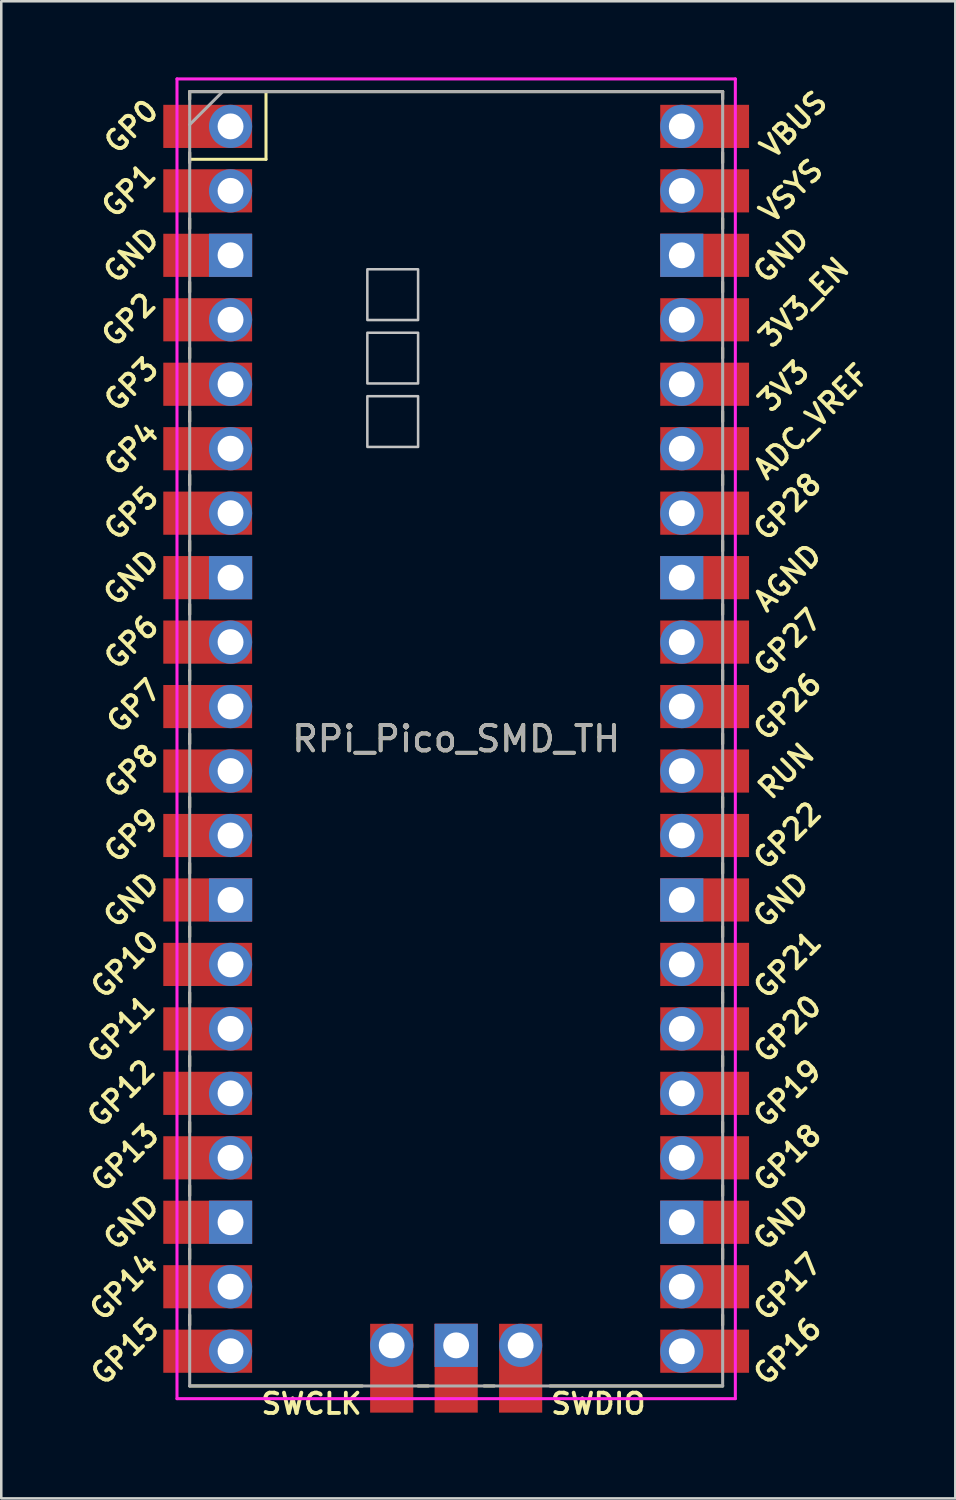
<source format=kicad_pcb>
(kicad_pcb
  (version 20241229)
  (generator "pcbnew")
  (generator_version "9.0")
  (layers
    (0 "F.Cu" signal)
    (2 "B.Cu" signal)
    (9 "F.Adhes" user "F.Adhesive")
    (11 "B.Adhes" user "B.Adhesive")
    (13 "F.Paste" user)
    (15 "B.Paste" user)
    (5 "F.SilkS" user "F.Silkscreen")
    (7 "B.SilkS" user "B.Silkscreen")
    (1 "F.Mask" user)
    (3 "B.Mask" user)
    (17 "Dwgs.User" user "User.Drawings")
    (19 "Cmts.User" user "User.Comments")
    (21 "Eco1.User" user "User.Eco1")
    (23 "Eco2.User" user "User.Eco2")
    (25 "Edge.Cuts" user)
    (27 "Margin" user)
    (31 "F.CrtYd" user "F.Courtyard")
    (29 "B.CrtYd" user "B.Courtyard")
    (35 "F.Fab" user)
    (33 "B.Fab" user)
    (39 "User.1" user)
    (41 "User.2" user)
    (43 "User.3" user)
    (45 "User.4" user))
  (footprint "RPi_Pico_SMD_TH"
    (layer "F.Cu")
    (at 14.924 26.06)
    (property "Reference" "RPi_Pico_SMD_TH" (at 0 0 180) (layer "F.SilkS") (effects (font (size 1 1) (thickness 0.15))))
    (attr through_hole)
    (fp_line (start -10.5 -25.5) (end -10.5 -25.2) (stroke (width 0.12) (type solid)) (layer "F.SilkS"))
    (fp_line (start -10.5 -25.5) (end 10.5 -25.5) (stroke (width 0.12) (type solid)) (layer "F.SilkS"))
    (fp_line (start -10.5 -23.1) (end -10.5 -22.7) (stroke (width 0.12) (type solid)) (layer "F.SilkS"))
    (fp_line (start -10.5 -22.833) (end -7.493 -22.833) (stroke (width 0.12) (type solid)) (layer "F.SilkS"))
    (fp_line (start -10.5 -20.5) (end -10.5 -20.1) (stroke (width 0.12) (type solid)) (layer "F.SilkS"))
    (fp_line (start -10.5 -18) (end -10.5 -17.6) (stroke (width 0.12) (type solid)) (layer "F.SilkS"))
    (fp_line (start -10.5 -15.4) (end -10.5 -15) (stroke (width 0.12) (type solid)) (layer "F.SilkS"))
    (fp_line (start -10.5 -12.9) (end -10.5 -12.5) (stroke (width 0.12) (type solid)) (layer "F.SilkS"))
    (fp_line (start -10.5 -10.4) (end -10.5 -10) (stroke (width 0.12) (type solid)) (layer "F.SilkS"))
    (fp_line (start -10.5 -7.8) (end -10.5 -7.4) (stroke (width 0.12) (type solid)) (layer "F.SilkS"))
    (fp_line (start -10.5 -5.3) (end -10.5 -4.9) (stroke (width 0.12) (type solid)) (layer "F.SilkS"))
    (fp_line (start -10.5 -2.7) (end -10.5 -2.3) (stroke (width 0.12) (type solid)) (layer "F.SilkS"))
    (fp_line (start -10.5 -0.2) (end -10.5 0.2) (stroke (width 0.12) (type solid)) (layer "F.SilkS"))
    (fp_line (start -10.5 2.3) (end -10.5 2.7) (stroke (width 0.12) (type solid)) (layer "F.SilkS"))
    (fp_line (start -10.5 4.9) (end -10.5 5.3) (stroke (width 0.12) (type solid)) (layer "F.SilkS"))
    (fp_line (start -10.5 7.4) (end -10.5 7.8) (stroke (width 0.12) (type solid)) (layer "F.SilkS"))
    (fp_line (start -10.5 10) (end -10.5 10.4) (stroke (width 0.12) (type solid)) (layer "F.SilkS"))
    (fp_line (start -10.5 12.5) (end -10.5 12.9) (stroke (width 0.12) (type solid)) (layer "F.SilkS"))
    (fp_line (start -10.5 15.1) (end -10.5 15.5) (stroke (width 0.12) (type solid)) (layer "F.SilkS"))
    (fp_line (start -10.5 17.6) (end -10.5 18) (stroke (width 0.12) (type solid)) (layer "F.SilkS"))
    (fp_line (start -10.5 20.1) (end -10.5 20.5) (stroke (width 0.12) (type solid)) (layer "F.SilkS"))
    (fp_line (start -10.5 22.7) (end -10.5 23.1) (stroke (width 0.12) (type solid)) (layer "F.SilkS"))
    (fp_line (start -7.493 -22.833) (end -7.493 -25.5) (stroke (width 0.12) (type solid)) (layer "F.SilkS"))
    (fp_line (start -3.7 25.5) (end -10.5 25.5) (stroke (width 0.12) (type solid)) (layer "F.SilkS"))
    (fp_line (start -1.5 25.5) (end -1.1 25.5) (stroke (width 0.12) (type solid)) (layer "F.SilkS"))
    (fp_line (start 1.1 25.5) (end 1.5 25.5) (stroke (width 0.12) (type solid)) (layer "F.SilkS"))
    (fp_line (start 10.5 -25.5) (end 10.5 -25.2) (stroke (width 0.12) (type solid)) (layer "F.SilkS"))
    (fp_line (start 10.5 -23.1) (end 10.5 -22.7) (stroke (width 0.12) (type solid)) (layer "F.SilkS"))
    (fp_line (start 10.5 -20.5) (end 10.5 -20.1) (stroke (width 0.12) (type solid)) (layer "F.SilkS"))
    (fp_line (start 10.5 -18) (end 10.5 -17.6) (stroke (width 0.12) (type solid)) (layer "F.SilkS"))
    (fp_line (start 10.5 -15.4) (end 10.5 -15) (stroke (width 0.12) (type solid)) (layer "F.SilkS"))
    (fp_line (start 10.5 -12.9) (end 10.5 -12.5) (stroke (width 0.12) (type solid)) (layer "F.SilkS"))
    (fp_line (start 10.5 -10.4) (end 10.5 -10) (stroke (width 0.12) (type solid)) (layer "F.SilkS"))
    (fp_line (start 10.5 -7.8) (end 10.5 -7.4) (stroke (width 0.12) (type solid)) (layer "F.SilkS"))
    (fp_line (start 10.5 -5.3) (end 10.5 -4.9) (stroke (width 0.12) (type solid)) (layer "F.SilkS"))
    (fp_line (start 10.5 -2.7) (end 10.5 -2.3) (stroke (width 0.12) (type solid)) (layer "F.SilkS"))
    (fp_line (start 10.5 -0.2) (end 10.5 0.2) (stroke (width 0.12) (type solid)) (layer "F.SilkS"))
    (fp_line (start 10.5 2.3) (end 10.5 2.7) (stroke (width 0.12) (type solid)) (layer "F.SilkS"))
    (fp_line (start 10.5 4.9) (end 10.5 5.3) (stroke (width 0.12) (type solid)) (layer "F.SilkS"))
    (fp_line (start 10.5 7.4) (end 10.5 7.8) (stroke (width 0.12) (type solid)) (layer "F.SilkS"))
    (fp_line (start 10.5 10) (end 10.5 10.4) (stroke (width 0.12) (type solid)) (layer "F.SilkS"))
    (fp_line (start 10.5 12.5) (end 10.5 12.9) (stroke (width 0.12) (type solid)) (layer "F.SilkS"))
    (fp_line (start 10.5 15.1) (end 10.5 15.5) (stroke (width 0.12) (type solid)) (layer "F.SilkS"))
    (fp_line (start 10.5 17.6) (end 10.5 18) (stroke (width 0.12) (type solid)) (layer "F.SilkS"))
    (fp_line (start 10.5 20.1) (end 10.5 20.5) (stroke (width 0.12) (type solid)) (layer "F.SilkS"))
    (fp_line (start 10.5 22.7) (end 10.5 23.1) (stroke (width 0.12) (type solid)) (layer "F.SilkS"))
    (fp_line (start 10.5 25.5) (end 3.7 25.5) (stroke (width 0.12) (type solid)) (layer "F.SilkS"))
    (fp_poly (pts (xy -1.5 -16.5) (xy -3.5 -16.5) (xy -3.5 -18.5) (xy -1.5 -18.5)) (stroke (width 0.1) (type solid)) (fill no) (layer "Dwgs.User"))
    (fp_poly (pts (xy -1.5 -14) (xy -3.5 -14) (xy -3.5 -16) (xy -1.5 -16)) (stroke (width 0.1) (type solid)) (fill no) (layer "Dwgs.User"))
    (fp_poly (pts (xy -1.5 -11.5) (xy -3.5 -11.5) (xy -3.5 -13.5) (xy -1.5 -13.5)) (stroke (width 0.1) (type solid)) (fill no) (layer "Dwgs.User"))
    (fp_line (start -11 -26) (end 11 -26) (stroke (width 0.12) (type solid)) (layer "F.CrtYd"))
    (fp_line (start -11 26) (end -11 -26) (stroke (width 0.12) (type solid)) (layer "F.CrtYd"))
    (fp_line (start 11 -26) (end 11 26) (stroke (width 0.12) (type solid)) (layer "F.CrtYd"))
    (fp_line (start 11 26) (end -11 26) (stroke (width 0.12) (type solid)) (layer "F.CrtYd"))
    (fp_line (start -10.5 -25.5) (end 10.5 -25.5) (stroke (width 0.12) (type solid)) (layer "F.Fab"))
    (fp_line (start -10.5 -24.2) (end -9.2 -25.5) (stroke (width 0.12) (type solid)) (layer "F.Fab"))
    (fp_line (start -10.5 25.5) (end -10.5 -25.5) (stroke (width 0.12) (type solid)) (layer "F.Fab"))
    (fp_line (start 10.5 -25.5) (end 10.5 25.5) (stroke (width 0.12) (type solid)) (layer "F.Fab"))
    (fp_line (start 10.5 25.5) (end -10.5 25.5) (stroke (width 0.12) (type solid)) (layer "F.Fab"))
    (fp_text user "GP28" (at 13.054 -9.144 45) (layer "F.SilkS") (effects (font (size 0.8 0.8) (thickness 0.15))))
    (fp_text user "GP7" (at -12.7 -1.3 45) (layer "F.SilkS") (effects (font (size 0.8 0.8) (thickness 0.15))))
    (fp_text user "GP20" (at 13.054 11.43 45) (layer "F.SilkS") (effects (font (size 0.8 0.8) (thickness 0.15))))
    (fp_text user "GP16" (at 13.054 24.13 45) (layer "F.SilkS") (effects (font (size 0.8 0.8) (thickness 0.15))))
    (fp_text user "GP27" (at 13.054 -3.8 45) (layer "F.SilkS") (effects (font (size 0.8 0.8) (thickness 0.15))))
    (fp_text user "AGND" (at 13.054 -6.35 45) (layer "F.SilkS") (effects (font (size 0.8 0.8) (thickness 0.15))))
    (fp_text user "GND" (at 12.8 19.05 45) (layer "F.SilkS") (effects (font (size 0.8 0.8) (thickness 0.15))))
    (fp_text user "VBUS" (at 13.3 -24.2 45) (layer "F.SilkS") (effects (font (size 0.8 0.8) (thickness 0.15))))
    (fp_text user "GP18" (at 13.054 16.51 45) (layer "F.SilkS") (effects (font (size 0.8 0.8) (thickness 0.15))))
    (fp_text user "GND" (at -12.8 6.35 45) (layer "F.SilkS") (effects (font (size 0.8 0.8) (thickness 0.15))))
    (fp_text user "GND" (at 12.8 6.35 45) (layer "F.SilkS") (effects (font (size 0.8 0.8) (thickness 0.15))))
    (fp_text user "GP11" (at -13.2 11.43 45) (layer "F.SilkS") (effects (font (size 0.8 0.8) (thickness 0.15))))
    (fp_text user "GP0" (at -12.8 -24.13 45) (layer "F.SilkS") (effects (font (size 0.8 0.8) (thickness 0.15))))
    (fp_text user "GND" (at -12.8 19.05 45) (layer "F.SilkS") (effects (font (size 0.8 0.8) (thickness 0.15))))
    (fp_text user "GP8" (at -12.8 1.27 45) (layer "F.SilkS") (effects (font (size 0.8 0.8) (thickness 0.15))))
    (fp_text user "GND" (at 12.8 -19.05 45) (layer "F.SilkS") (effects (font (size 0.8 0.8) (thickness 0.15))))
    (fp_text user "GP17" (at 13.054 21.59 45) (layer "F.SilkS") (effects (font (size 0.8 0.8) (thickness 0.15))))
    (fp_text user "GP13" (at -13.054 16.51 45) (layer "F.SilkS") (effects (font (size 0.8 0.8) (thickness 0.15))))
    (fp_text user "SWDIO" (at 5.6 26.2 180) (layer "F.SilkS") (effects (font (size 0.8 0.8) (thickness 0.15))))
    (fp_text user "GP4" (at -12.8 -11.43 45) (layer "F.SilkS") (effects (font (size 0.8 0.8) (thickness 0.15))))
    (fp_text user "GP3" (at -12.8 -13.97 45) (layer "F.SilkS") (effects (font (size 0.8 0.8) (thickness 0.15))))
    (fp_text user "GP19" (at 13.054 13.97 45) (layer "F.SilkS") (effects (font (size 0.8 0.8) (thickness 0.15))))
    (fp_text user "GP6" (at -12.8 -3.81 45) (layer "F.SilkS") (effects (font (size 0.8 0.8) (thickness 0.15))))
    (fp_text user "GP21" (at 13.054 8.9 45) (layer "F.SilkS") (effects (font (size 0.8 0.8) (thickness 0.15))))
    (fp_text user "GP5" (at -12.8 -8.89 45) (layer "F.SilkS") (effects (font (size 0.8 0.8) (thickness 0.15))))
    (fp_text user "GP22" (at 13.054 3.81 45) (layer "F.SilkS") (effects (font (size 0.8 0.8) (thickness 0.15))))
    (fp_text user "GND" (at -12.8 -6.35 45) (layer "F.SilkS") (effects (font (size 0.8 0.8) (thickness 0.15))))
    (fp_text user "GP1" (at -12.9 -21.6 45) (layer "F.SilkS") (effects (font (size 0.8 0.8) (thickness 0.15))))
    (fp_text user "GP14" (at -13.1 21.59 45) (layer "F.SilkS") (effects (font (size 0.8 0.8) (thickness 0.15))))
    (fp_text user "VSYS" (at 13.2 -21.59 45) (layer "F.SilkS") (effects (font (size 0.8 0.8) (thickness 0.15))))
    (fp_text user "GP26" (at 13.054 -1.27 45) (layer "F.SilkS") (effects (font (size 0.8 0.8) (thickness 0.15))))
    (fp_text user "GP2" (at -12.9 -16.51 45) (layer "F.SilkS") (effects (font (size 0.8 0.8) (thickness 0.15))))
    (fp_text user "GND" (at -12.8 -19.05 45) (layer "F.SilkS") (effects (font (size 0.8 0.8) (thickness 0.15))))
    (fp_text user "GP12" (at -13.2 13.97 45) (layer "F.SilkS") (effects (font (size 0.8 0.8) (thickness 0.15))))
    (fp_text user "ADC_VREF" (at 14 -12.5 45) (layer "F.SilkS") (effects (font (size 0.8 0.8) (thickness 0.15))))
    (fp_text user "3V3_EN" (at 13.7 -17.2 45) (layer "F.SilkS") (effects (font (size 0.8 0.8) (thickness 0.15))))
    (fp_text user "RUN" (at 13 1.27 45) (layer "F.SilkS") (effects (font (size 0.8 0.8) (thickness 0.15))))
    (fp_text user "3V3" (at 12.9 -13.9 45) (layer "F.SilkS") (effects (font (size 0.8 0.8) (thickness 0.15))))
    (fp_text user "GP15" (at -13.054 24.13 45) (layer "F.SilkS") (effects (font (size 0.8 0.8) (thickness 0.15))))
    (fp_text user "SWCLK" (at -5.7 26.2 180) (layer "F.SilkS") (effects (font (size 0.8 0.8) (thickness 0.15))))
    (fp_text user "GP10" (at -13.054 8.89 45) (layer "F.SilkS") (effects (font (size 0.8 0.8) (thickness 0.15))))
    (fp_text user "GP9" (at -12.8 3.81 45) (layer "F.SilkS") (effects (font (size 0.8 0.8) (thickness 0.15))))
    (fp_text user "${REFERENCE}" (at 0 0 0) (layer "F.Fab") (effects (font (size 1 1) (thickness 0.15))))
    (pad "1" thru_hole oval (at -8.89 -24.13) (size 1.7 1.7) (drill 1.02) (layers "*.Cu" "*.Mask"))
    (pad "1" smd rect (at -8.89 -24.13) (size 3.5 1.7) (drill (offset -0.9 0)) (layers "F.Cu" "F.Mask"))
    (pad "2" thru_hole oval (at -8.89 -21.59) (size 1.7 1.7) (drill 1.02) (layers "*.Cu" "*.Mask"))
    (pad "2" smd rect (at -8.89 -21.59) (size 3.5 1.7) (drill (offset -0.9 0)) (layers "F.Cu" "F.Mask"))
    (pad "3" thru_hole rect (at -8.89 -19.05) (size 1.7 1.7) (drill 1.02) (layers "*.Cu" "*.Mask"))
    (pad "3" smd rect (at -8.89 -19.05) (size 3.5 1.7) (drill (offset -0.9 0)) (layers "F.Cu" "F.Mask"))
    (pad "4" thru_hole oval (at -8.89 -16.51) (size 1.7 1.7) (drill 1.02) (layers "*.Cu" "*.Mask"))
    (pad "4" smd rect (at -8.89 -16.51) (size 3.5 1.7) (drill (offset -0.9 0)) (layers "F.Cu" "F.Mask"))
    (pad "5" thru_hole oval (at -8.89 -13.97) (size 1.7 1.7) (drill 1.02) (layers "*.Cu" "*.Mask"))
    (pad "5" smd rect (at -8.89 -13.97) (size 3.5 1.7) (drill (offset -0.9 0)) (layers "F.Cu" "F.Mask"))
    (pad "6" thru_hole oval (at -8.89 -11.43) (size 1.7 1.7) (drill 1.02) (layers "*.Cu" "*.Mask"))
    (pad "6" smd rect (at -8.89 -11.43) (size 3.5 1.7) (drill (offset -0.9 0)) (layers "F.Cu" "F.Mask"))
    (pad "7" thru_hole oval (at -8.89 -8.89) (size 1.7 1.7) (drill 1.02) (layers "*.Cu" "*.Mask"))
    (pad "7" smd rect (at -8.89 -8.89) (size 3.5 1.7) (drill (offset -0.9 0)) (layers "F.Cu" "F.Mask"))
    (pad "8" thru_hole rect (at -8.89 -6.35) (size 1.7 1.7) (drill 1.02) (layers "*.Cu" "*.Mask"))
    (pad "8" smd rect (at -8.89 -6.35) (size 3.5 1.7) (drill (offset -0.9 0)) (layers "F.Cu" "F.Mask"))
    (pad "9" thru_hole oval (at -8.89 -3.81) (size 1.7 1.7) (drill 1.02) (layers "*.Cu" "*.Mask"))
    (pad "9" smd rect (at -8.89 -3.81) (size 3.5 1.7) (drill (offset -0.9 0)) (layers "F.Cu" "F.Mask"))
    (pad "10" thru_hole oval (at -8.89 -1.27) (size 1.7 1.7) (drill 1.02) (layers "*.Cu" "*.Mask"))
    (pad "10" smd rect (at -8.89 -1.27) (size 3.5 1.7) (drill (offset -0.9 0)) (layers "F.Cu" "F.Mask"))
    (pad "11" thru_hole oval (at -8.89 1.27) (size 1.7 1.7) (drill 1.02) (layers "*.Cu" "*.Mask"))
    (pad "11" smd rect (at -8.89 1.27) (size 3.5 1.7) (drill (offset -0.9 0)) (layers "F.Cu" "F.Mask"))
    (pad "12" thru_hole oval (at -8.89 3.81) (size 1.7 1.7) (drill 1.02) (layers "*.Cu" "*.Mask"))
    (pad "12" smd rect (at -8.89 3.81) (size 3.5 1.7) (drill (offset -0.9 0)) (layers "F.Cu" "F.Mask"))
    (pad "13" thru_hole rect (at -8.89 6.35) (size 1.7 1.7) (drill 1.02) (layers "*.Cu" "*.Mask"))
    (pad "13" smd rect (at -8.89 6.35) (size 3.5 1.7) (drill (offset -0.9 0)) (layers "F.Cu" "F.Mask"))
    (pad "14" thru_hole oval (at -8.89 8.89) (size 1.7 1.7) (drill 1.02) (layers "*.Cu" "*.Mask"))
    (pad "14" smd rect (at -8.89 8.89) (size 3.5 1.7) (drill (offset -0.9 0)) (layers "F.Cu" "F.Mask"))
    (pad "15" thru_hole oval (at -8.89 11.43) (size 1.7 1.7) (drill 1.02) (layers "*.Cu" "*.Mask"))
    (pad "15" smd rect (at -8.89 11.43) (size 3.5 1.7) (drill (offset -0.9 0)) (layers "F.Cu" "F.Mask"))
    (pad "16" thru_hole oval (at -8.89 13.97) (size 1.7 1.7) (drill 1.02) (layers "*.Cu" "*.Mask"))
    (pad "16" smd rect (at -8.89 13.97) (size 3.5 1.7) (drill (offset -0.9 0)) (layers "F.Cu" "F.Mask"))
    (pad "17" thru_hole oval (at -8.89 16.51) (size 1.7 1.7) (drill 1.02) (layers "*.Cu" "*.Mask"))
    (pad "17" smd rect (at -8.89 16.51) (size 3.5 1.7) (drill (offset -0.9 0)) (layers "F.Cu" "F.Mask"))
    (pad "18" thru_hole rect (at -8.89 19.05) (size 1.7 1.7) (drill 1.02) (layers "*.Cu" "*.Mask"))
    (pad "18" smd rect (at -8.89 19.05) (size 3.5 1.7) (drill (offset -0.9 0)) (layers "F.Cu" "F.Mask"))
    (pad "19" thru_hole oval (at -8.89 21.59) (size 1.7 1.7) (drill 1.02) (layers "*.Cu" "*.Mask"))
    (pad "19" smd rect (at -8.89 21.59) (size 3.5 1.7) (drill (offset -0.9 0)) (layers "F.Cu" "F.Mask"))
    (pad "20" thru_hole oval (at -8.89 24.13) (size 1.7 1.7) (drill 1.02) (layers "*.Cu" "*.Mask"))
    (pad "20" smd rect (at -8.89 24.13) (size 3.5 1.7) (drill (offset -0.9 0)) (layers "F.Cu" "F.Mask"))
    (pad "21" thru_hole oval (at 8.89 24.13) (size 1.7 1.7) (drill 1.02) (layers "*.Cu" "*.Mask"))
    (pad "21" smd rect (at 8.89 24.13) (size 3.5 1.7) (drill (offset 0.9 0)) (layers "F.Cu" "F.Mask"))
    (pad "22" thru_hole oval (at 8.89 21.59) (size 1.7 1.7) (drill 1.02) (layers "*.Cu" "*.Mask"))
    (pad "22" smd rect (at 8.89 21.59) (size 3.5 1.7) (drill (offset 0.9 0)) (layers "F.Cu" "F.Mask"))
    (pad "23" thru_hole rect (at 8.89 19.05) (size 1.7 1.7) (drill 1.02) (layers "*.Cu" "*.Mask"))
    (pad "23" smd rect (at 8.89 19.05) (size 3.5 1.7) (drill (offset 0.9 0)) (layers "F.Cu" "F.Mask"))
    (pad "24" thru_hole oval (at 8.89 16.51) (size 1.7 1.7) (drill 1.02) (layers "*.Cu" "*.Mask"))
    (pad "24" smd rect (at 8.89 16.51) (size 3.5 1.7) (drill (offset 0.9 0)) (layers "F.Cu" "F.Mask"))
    (pad "25" thru_hole oval (at 8.89 13.97) (size 1.7 1.7) (drill 1.02) (layers "*.Cu" "*.Mask"))
    (pad "25" smd rect (at 8.89 13.97) (size 3.5 1.7) (drill (offset 0.9 0)) (layers "F.Cu" "F.Mask"))
    (pad "26" thru_hole oval (at 8.89 11.43) (size 1.7 1.7) (drill 1.02) (layers "*.Cu" "*.Mask"))
    (pad "26" smd rect (at 8.89 11.43) (size 3.5 1.7) (drill (offset 0.9 0)) (layers "F.Cu" "F.Mask"))
    (pad "27" thru_hole oval (at 8.89 8.89) (size 1.7 1.7) (drill 1.02) (layers "*.Cu" "*.Mask"))
    (pad "27" smd rect (at 8.89 8.89) (size 3.5 1.7) (drill (offset 0.9 0)) (layers "F.Cu" "F.Mask"))
    (pad "28" thru_hole rect (at 8.89 6.35) (size 1.7 1.7) (drill 1.02) (layers "*.Cu" "*.Mask"))
    (pad "28" smd rect (at 8.89 6.35) (size 3.5 1.7) (drill (offset 0.9 0)) (layers "F.Cu" "F.Mask"))
    (pad "29" thru_hole oval (at 8.89 3.81) (size 1.7 1.7) (drill 1.02) (layers "*.Cu" "*.Mask"))
    (pad "29" smd rect (at 8.89 3.81) (size 3.5 1.7) (drill (offset 0.9 0)) (layers "F.Cu" "F.Mask"))
    (pad "30" thru_hole oval (at 8.89 1.27) (size 1.7 1.7) (drill 1.02) (layers "*.Cu" "*.Mask"))
    (pad "30" smd rect (at 8.89 1.27) (size 3.5 1.7) (drill (offset 0.9 0)) (layers "F.Cu" "F.Mask"))
    (pad "31" thru_hole oval (at 8.89 -1.27) (size 1.7 1.7) (drill 1.02) (layers "*.Cu" "*.Mask"))
    (pad "31" smd rect (at 8.89 -1.27) (size 3.5 1.7) (drill (offset 0.9 0)) (layers "F.Cu" "F.Mask"))
    (pad "32" thru_hole oval (at 8.89 -3.81) (size 1.7 1.7) (drill 1.02) (layers "*.Cu" "*.Mask"))
    (pad "32" smd rect (at 8.89 -3.81) (size 3.5 1.7) (drill (offset 0.9 0)) (layers "F.Cu" "F.Mask"))
    (pad "33" thru_hole rect (at 8.89 -6.35) (size 1.7 1.7) (drill 1.02) (layers "*.Cu" "*.Mask"))
    (pad "33" smd rect (at 8.89 -6.35) (size 3.5 1.7) (drill (offset 0.9 0)) (layers "F.Cu" "F.Mask"))
    (pad "34" thru_hole oval (at 8.89 -8.89) (size 1.7 1.7) (drill 1.02) (layers "*.Cu" "*.Mask"))
    (pad "34" smd rect (at 8.89 -8.89) (size 3.5 1.7) (drill (offset 0.9 0)) (layers "F.Cu" "F.Mask"))
    (pad "35" thru_hole oval (at 8.89 -11.43) (size 1.7 1.7) (drill 1.02) (layers "*.Cu" "*.Mask"))
    (pad "35" smd rect (at 8.89 -11.43) (size 3.5 1.7) (drill (offset 0.9 0)) (layers "F.Cu" "F.Mask"))
    (pad "36" thru_hole oval (at 8.89 -13.97) (size 1.7 1.7) (drill 1.02) (layers "*.Cu" "*.Mask"))
    (pad "36" smd rect (at 8.89 -13.97) (size 3.5 1.7) (drill (offset 0.9 0)) (layers "F.Cu" "F.Mask"))
    (pad "37" thru_hole oval (at 8.89 -16.51) (size 1.7 1.7) (drill 1.02) (layers "*.Cu" "*.Mask"))
    (pad "37" smd rect (at 8.89 -16.51) (size 3.5 1.7) (drill (offset 0.9 0)) (layers "F.Cu" "F.Mask"))
    (pad "38" thru_hole rect (at 8.89 -19.05) (size 1.7 1.7) (drill 1.02) (layers "*.Cu" "*.Mask"))
    (pad "38" smd rect (at 8.89 -19.05) (size 3.5 1.7) (drill (offset 0.9 0)) (layers "F.Cu" "F.Mask"))
    (pad "39" thru_hole oval (at 8.89 -21.59) (size 1.7 1.7) (drill 1.02) (layers "*.Cu" "*.Mask"))
    (pad "39" smd rect (at 8.89 -21.59) (size 3.5 1.7) (drill (offset 0.9 0)) (layers "F.Cu" "F.Mask"))
    (pad "40" thru_hole oval (at 8.89 -24.13) (size 1.7 1.7) (drill 1.02) (layers "*.Cu" "*.Mask"))
    (pad "40" smd rect (at 8.89 -24.13) (size 3.5 1.7) (drill (offset 0.9 0)) (layers "F.Cu" "F.Mask"))
    (pad "41" thru_hole oval (at -2.54 23.9) (size 1.7 1.7) (drill 1.02) (layers "*.Cu" "*.Mask"))
    (pad "41" smd rect (at -2.54 23.9 90) (size 3.5 1.7) (drill (offset -0.9 0)) (layers "F.Cu" "F.Mask"))
    (pad "42" thru_hole rect (at 0 23.9) (size 1.7 1.7) (drill 1.02) (layers "*.Cu" "*.Mask"))
    (pad "42" smd rect (at 0 23.9 90) (size 3.5 1.7) (drill (offset -0.9 0)) (layers "F.Cu" "F.Mask"))
    (pad "43" thru_hole oval (at 2.54 23.9) (size 1.7 1.7) (drill 1.02) (layers "*.Cu" "*.Mask"))
    (pad "43" smd rect (at 2.54 23.9 90) (size 3.5 1.7) (drill (offset -0.9 0)) (layers "F.Cu" "F.Mask")))
  (gr_rect
    (start -3 -3)
    (end 34.591 55.991)
    (stroke (width 0.1) (type default))
    (fill no)
    (layer "Edge.Cuts")))
</source>
